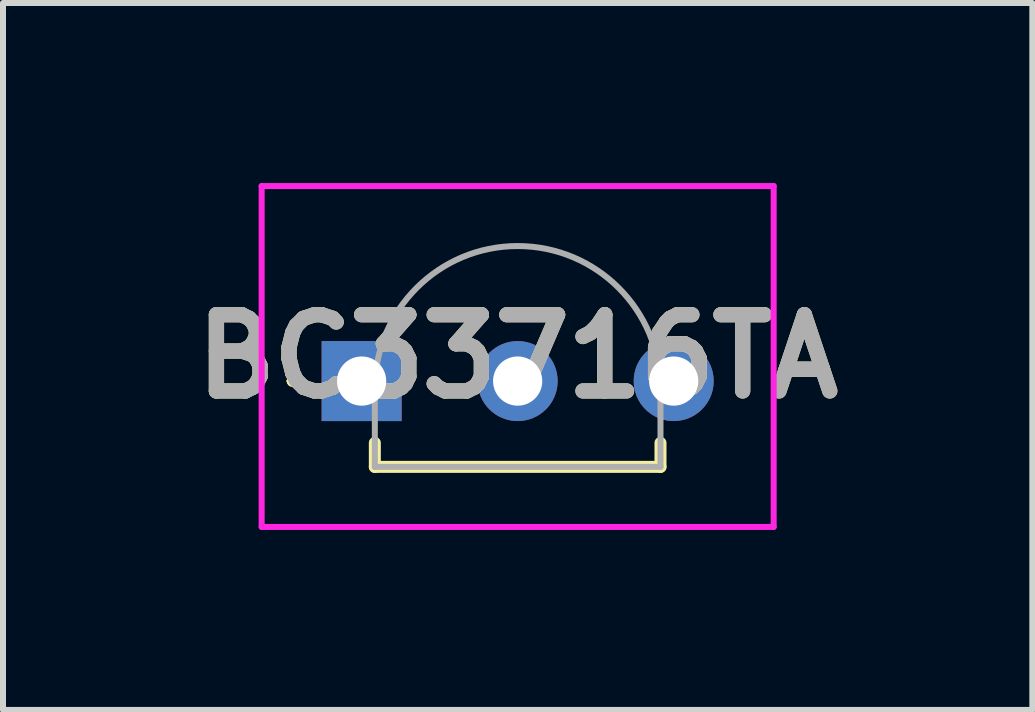
<source format=kicad_pcb>
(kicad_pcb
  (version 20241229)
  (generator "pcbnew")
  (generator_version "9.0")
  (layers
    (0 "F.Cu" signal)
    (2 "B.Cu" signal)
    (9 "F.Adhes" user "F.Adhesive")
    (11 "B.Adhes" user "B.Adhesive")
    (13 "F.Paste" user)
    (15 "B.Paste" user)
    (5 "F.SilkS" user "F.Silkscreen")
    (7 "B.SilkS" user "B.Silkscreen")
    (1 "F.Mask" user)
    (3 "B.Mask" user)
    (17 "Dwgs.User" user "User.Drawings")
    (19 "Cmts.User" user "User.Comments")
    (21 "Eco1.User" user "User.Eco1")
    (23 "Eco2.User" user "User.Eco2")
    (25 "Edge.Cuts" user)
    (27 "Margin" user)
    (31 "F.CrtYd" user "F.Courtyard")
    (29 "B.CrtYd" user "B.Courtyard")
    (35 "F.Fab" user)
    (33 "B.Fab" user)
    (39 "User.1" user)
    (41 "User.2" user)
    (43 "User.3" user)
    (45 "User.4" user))
  (footprint "BC33716TA"
    (layer "F.Cu")
    (at 2.976 3.3)
    (property "Reference" "BC33716TA" (at 2.6 -0.41 0) (layer "F.SilkS") (effects (font (size 1.27 1.27) (thickness 0.254))))
    (attr through_hole)
    (fp_line (start -1.2 0) (end -1.2 0) (stroke (width 0.1) (type solid)) (layer "F.SilkS"))
    (fp_line (start -1.1 0) (end -1.1 0) (stroke (width 0.1) (type solid)) (layer "F.SilkS"))
    (fp_line (start 0.22 1.03) (end 0.22 1.43) (stroke (width 0.2) (type solid)) (layer "F.SilkS"))
    (fp_line (start 0.22 1.43) (end 4.98 1.43) (stroke (width 0.2) (type solid)) (layer "F.SilkS"))
    (fp_line (start 4.98 1.43) (end 4.98 1.03) (stroke (width 0.2) (type solid)) (layer "F.SilkS"))
    (fp_arc (start -1.2 0) (mid -1.15 -0.05) (end -1.1 0) (stroke (width 0.1) (type solid)) (layer "F.SilkS"))
    (fp_arc (start -1.1 0) (mid -1.15 0.05) (end -1.2 0) (stroke (width 0.1) (type solid)) (layer "F.SilkS"))
    (fp_line (start -1.666 -3.25) (end 6.866 -3.25) (stroke (width 0.1) (type solid)) (layer "F.CrtYd"))
    (fp_line (start -1.666 2.43) (end -1.666 -3.25) (stroke (width 0.1) (type solid)) (layer "F.CrtYd"))
    (fp_line (start 6.866 -3.25) (end 6.866 2.43) (stroke (width 0.1) (type solid)) (layer "F.CrtYd"))
    (fp_line (start 6.866 2.43) (end -1.666 2.43) (stroke (width 0.1) (type solid)) (layer "F.CrtYd"))
    (fp_line (start 0.22 0.13) (end 0.22 1.43) (stroke (width 0.1) (type solid)) (layer "F.Fab"))
    (fp_line (start 0.22 1.43) (end 4.98 1.43) (stroke (width 0.1) (type solid)) (layer "F.Fab"))
    (fp_line (start 4.98 0.13) (end 4.98 0.13) (stroke (width 0.1) (type solid)) (layer "F.Fab"))
    (fp_line (start 4.98 1.43) (end 4.98 0.13) (stroke (width 0.1) (type solid)) (layer "F.Fab"))
    (fp_arc (start 0.22 0.13) (mid 2.6 -2.25) (end 4.98 0.13) (stroke (width 0.1) (type solid)) (layer "F.Fab"))
    (fp_text user "${REFERENCE}" (at 2.6 -0.41 0) (layer "F.Fab") (effects (font (size 1.27 1.27) (thickness 0.254))))
    (pad "1" thru_hole rect (at 0 0) (size 1.333 1.333) (drill 0.82) (layers "*.Cu" "*.Mask"))
    (pad "2" thru_hole circle (at 2.6 0) (size 1.333 1.333) (drill 0.82) (layers "*.Cu" "*.Mask"))
    (pad "3" thru_hole circle (at 5.2 0) (size 1.333 1.333) (drill 0.82) (layers "*.Cu" "*.Mask")))
  (gr_rect
    (start -3 -3)
    (end 14.152 8.78)
    (stroke (width 0.1) (type default))
    (fill no)
    (layer "Edge.Cuts")))
</source>
